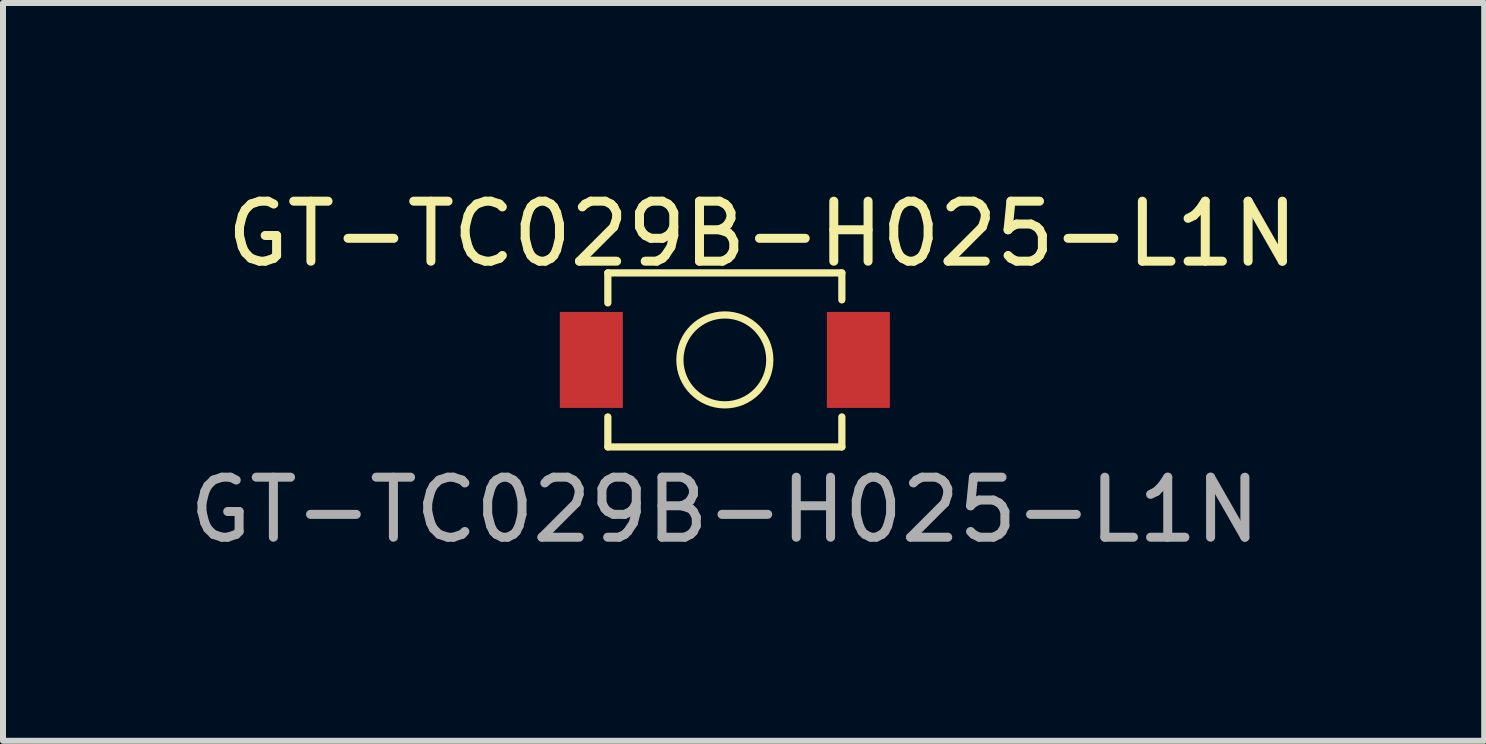
<source format=kicad_pcb>
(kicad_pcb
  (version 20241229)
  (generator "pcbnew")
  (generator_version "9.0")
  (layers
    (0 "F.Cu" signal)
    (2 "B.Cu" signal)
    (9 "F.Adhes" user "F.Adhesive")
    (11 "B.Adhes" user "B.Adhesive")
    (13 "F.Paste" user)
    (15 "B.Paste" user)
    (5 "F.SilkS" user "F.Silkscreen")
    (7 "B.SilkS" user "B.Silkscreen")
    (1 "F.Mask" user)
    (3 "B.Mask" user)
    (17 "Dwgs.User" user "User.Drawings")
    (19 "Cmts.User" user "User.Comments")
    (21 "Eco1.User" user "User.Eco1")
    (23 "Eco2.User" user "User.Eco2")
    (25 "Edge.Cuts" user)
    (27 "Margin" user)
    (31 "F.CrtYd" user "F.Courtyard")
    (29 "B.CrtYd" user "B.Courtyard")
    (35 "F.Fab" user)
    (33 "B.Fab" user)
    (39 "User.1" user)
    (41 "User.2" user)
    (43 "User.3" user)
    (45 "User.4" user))
  (footprint "GT-TC029B-H025-L1N"
    (layer "F.Cu")
    (at 9.03 2.948)
    (property "Reference" "GT-TC029B-H025-L1N" (at 0.625 -2.1 0) (unlocked yes) (layer "F.SilkS") (effects (font (size 1 1) (thickness 0.15))))
    (attr smd)
    (fp_line (start -1.95 -1.45) (end -1.95 -0.95) (stroke (width 0.12) (type default)) (layer "F.SilkS"))
    (fp_line (start -1.95 -1.45) (end 1.95 -1.45) (stroke (width 0.12) (type default)) (layer "F.SilkS"))
    (fp_line (start -1.95 1.45) (end -1.95 0.95) (stroke (width 0.12) (type default)) (layer "F.SilkS"))
    (fp_line (start -1.95 1.45) (end 1.95 1.45) (stroke (width 0.12) (type default)) (layer "F.SilkS"))
    (fp_line (start 1.95 -1.45) (end 1.95 -1) (stroke (width 0.12) (type default)) (layer "F.SilkS"))
    (fp_line (start 1.95 1.45) (end 1.95 0.95) (stroke (width 0.12) (type default)) (layer "F.SilkS"))
    (fp_circle (center 0 0) (end 0.675 0.325) (stroke (width 0.12) (type default)) (fill no) (layer "F.SilkS"))
    (fp_text user "${REFERENCE}" (at 0 2.5 0) (unlocked yes) (layer "F.Fab") (effects (font (size 1 1) (thickness 0.15))))
    (pad "1" smd roundrect (at -2.225 0) (size 1.05 1.6) (layers "F.Cu" "F.Mask" "F.Paste") (roundrect_rratio 0.01))
    (pad "2" smd roundrect (at 2.225 0) (size 1.05 1.6) (layers "F.Cu" "F.Mask" "F.Paste") (roundrect_rratio 0.01)))
  (gr_rect
    (start -3 -3)
    (end 21.685 9.296)
    (stroke (width 0.1) (type default))
    (fill no)
    (layer "Edge.Cuts")))
</source>
